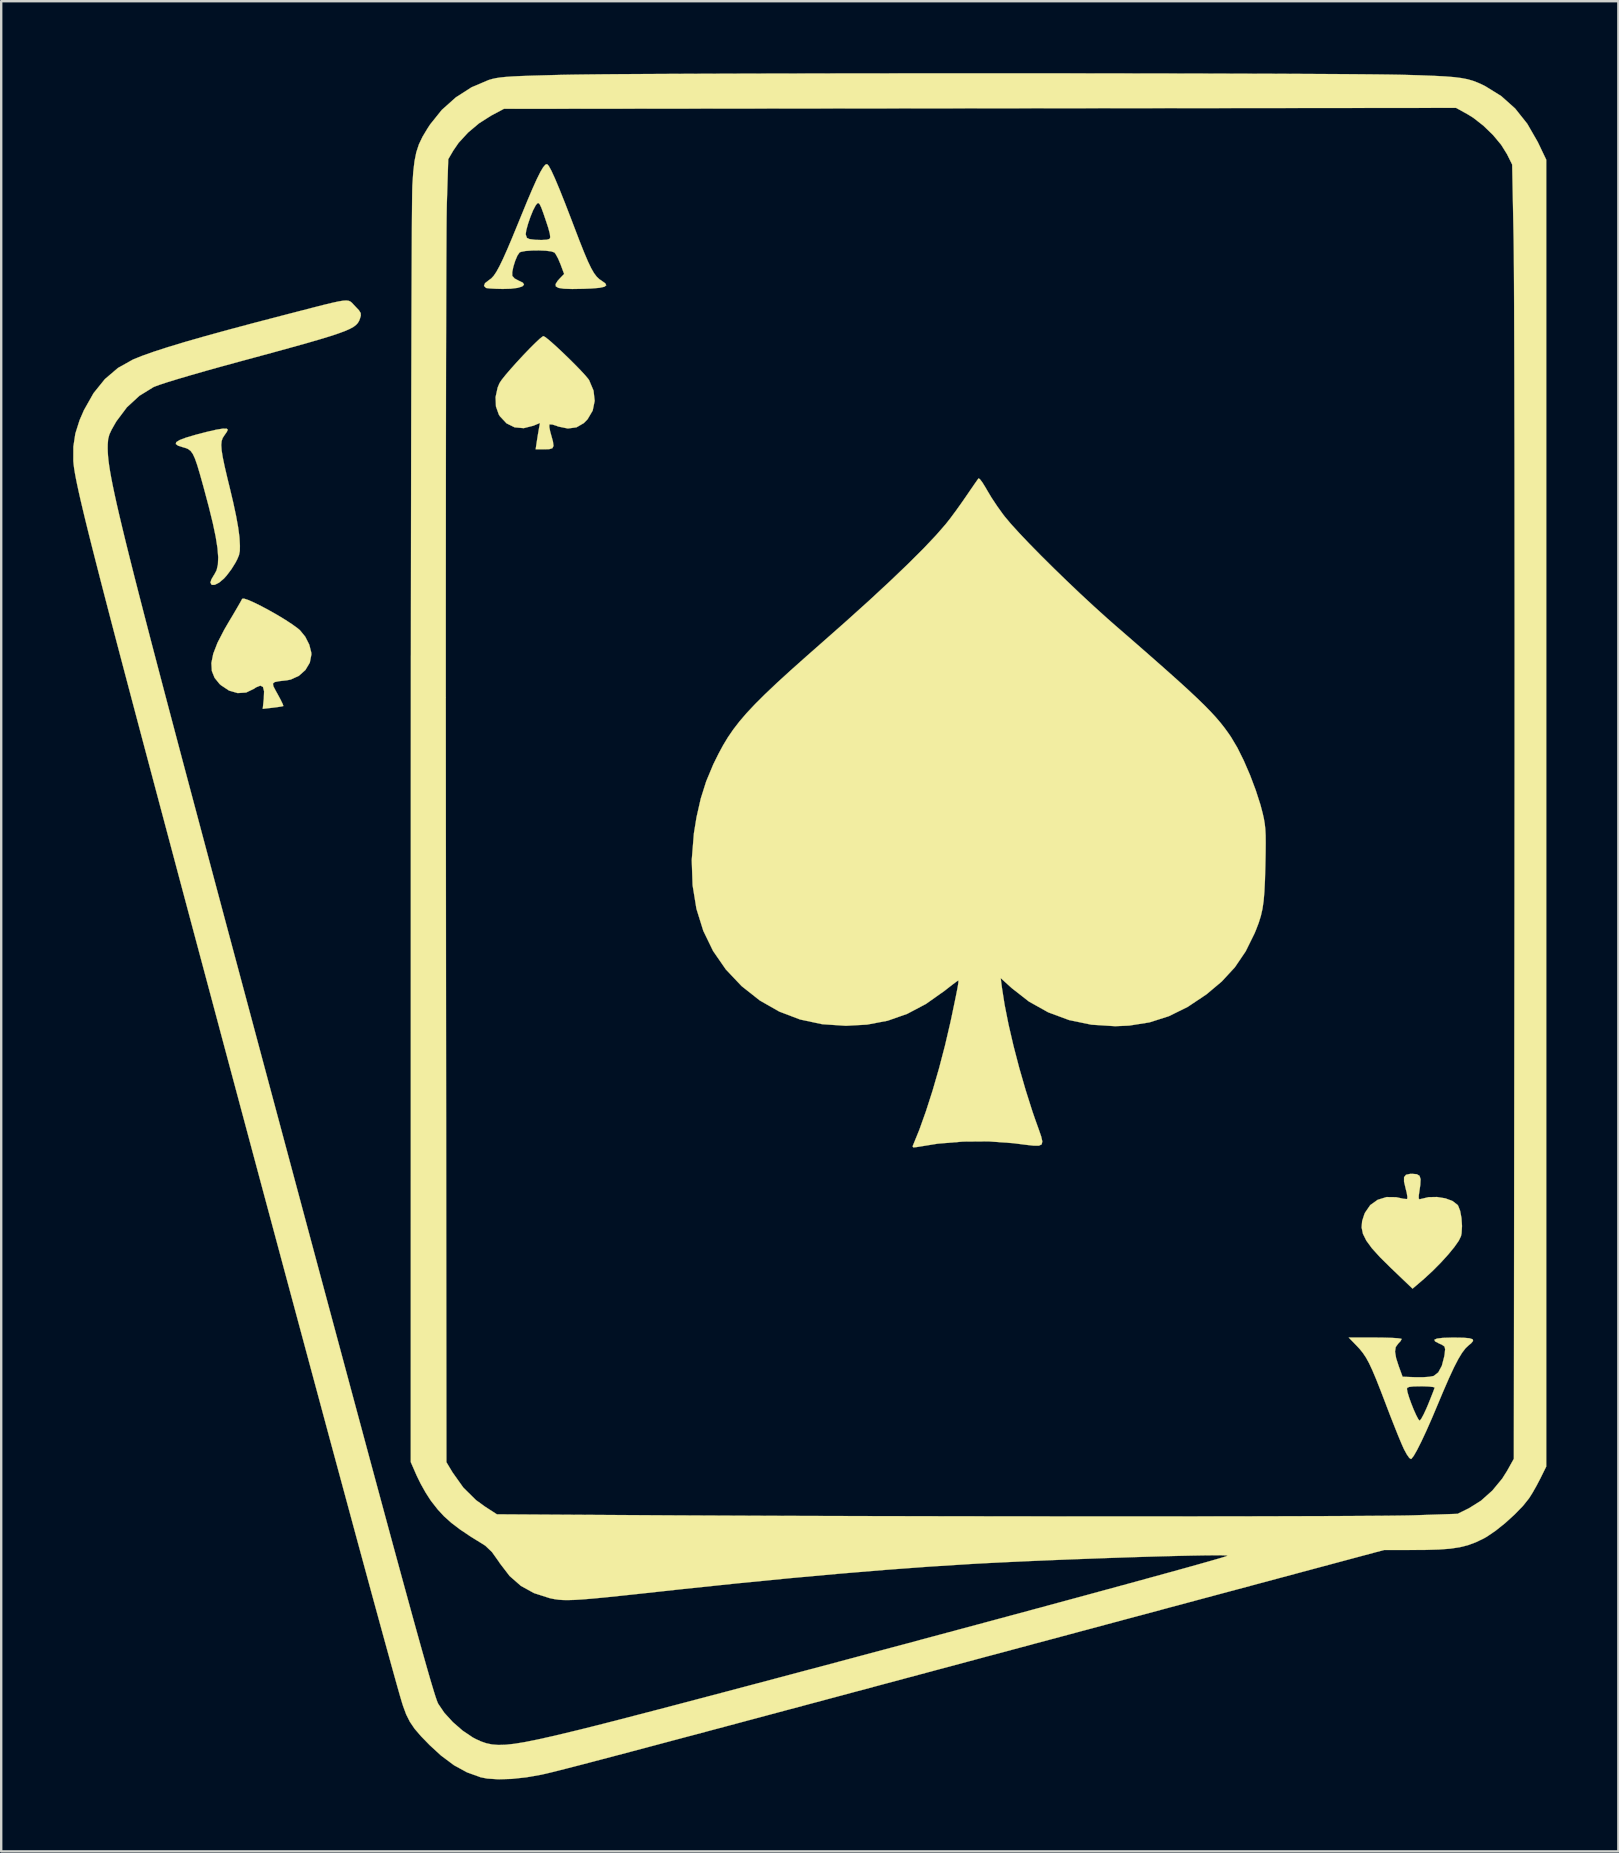
<source format=kicad_pcb>
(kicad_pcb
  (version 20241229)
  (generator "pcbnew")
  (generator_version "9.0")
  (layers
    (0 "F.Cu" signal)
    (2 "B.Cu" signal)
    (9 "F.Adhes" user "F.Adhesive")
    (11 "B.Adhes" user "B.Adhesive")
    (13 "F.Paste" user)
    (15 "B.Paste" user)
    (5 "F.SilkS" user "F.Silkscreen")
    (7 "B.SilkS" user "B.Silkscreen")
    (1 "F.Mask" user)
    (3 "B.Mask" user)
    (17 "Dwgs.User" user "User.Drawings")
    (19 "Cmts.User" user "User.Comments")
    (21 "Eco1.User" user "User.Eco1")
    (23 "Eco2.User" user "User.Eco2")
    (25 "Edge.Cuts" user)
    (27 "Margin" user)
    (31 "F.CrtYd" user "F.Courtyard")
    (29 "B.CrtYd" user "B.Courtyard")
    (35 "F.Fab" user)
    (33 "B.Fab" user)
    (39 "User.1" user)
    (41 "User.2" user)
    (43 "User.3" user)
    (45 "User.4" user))
  (footprint "BJ"
    (layer "F.Cu")
    (at 30.683 35.557)
    (property "Reference" "BJ" (at 0 0 0) (layer "F.SilkS") (effects (font (size 1.524 1.524) (thickness 0.3))))
    (attr through_hole)
    (fp_poly (pts (xy 25.304 10.321) (xy 25.417 10.387) (xy 25.462 10.527) (xy 25.45 10.768) (xy 25.421 10.966) (xy 25.387 11.204) (xy 25.384 11.328) (xy 25.415 11.367) (xy 25.466 11.355) (xy 25.792 11.278) (xy 26.148 11.271) (xy 26.495 11.327) (xy 26.793 11.438) (xy 27 11.597) (xy 27.028 11.637) (xy 27.111 11.851) (xy 27.166 12.151) (xy 27.187 12.481) (xy 27.17 12.783) (xy 27.146 12.901) (xy 27.054 13.092) (xy 26.87 13.355) (xy 26.614 13.667) (xy 26.305 14.007) (xy 25.962 14.353) (xy 25.605 14.682) (xy 25.526 14.75) (xy 25.127 15.091) (xy 24.217 14.221) (xy 23.772 13.781) (xy 23.436 13.41) (xy 23.201 13.09) (xy 23.06 12.806) (xy 23.004 12.539) (xy 23.026 12.274) (xy 23.117 11.992) (xy 23.148 11.921) (xy 23.364 11.608) (xy 23.672 11.388) (xy 24.042 11.274) (xy 24.442 11.279) (xy 24.561 11.304) (xy 24.754 11.346) (xy 24.883 11.356) (xy 24.903 11.351) (xy 24.912 11.27) (xy 24.884 11.094) (xy 24.841 10.925) (xy 24.772 10.63) (xy 24.773 10.444) (xy 24.855 10.344) (xy 25.028 10.307) (xy 25.11 10.305) (xy 25.304 10.321)) (stroke (width 0.01) (type solid)) (fill yes) (layer "F.SilkS"))
    (fp_poly (pts (xy -23.397 -13.609) (xy -23.148 -13.5) (xy -22.845 -13.35) (xy -22.511 -13.171) (xy -22.168 -12.977) (xy -21.841 -12.778) (xy -21.551 -12.588) (xy -21.321 -12.42) (xy -21.236 -12.348) (xy -21.014 -12.077) (xy -20.846 -11.745) (xy -20.762 -11.415) (xy -20.757 -11.336) (xy -20.823 -10.996) (xy -21.006 -10.689) (xy -21.28 -10.445) (xy -21.617 -10.291) (xy -21.787 -10.258) (xy -22.1 -10.223) (xy -22.286 -10.186) (xy -22.36 -10.123) (xy -22.34 -10.009) (xy -22.241 -9.819) (xy -22.165 -9.683) (xy -22.041 -9.453) (xy -21.956 -9.278) (xy -21.925 -9.19) (xy -21.926 -9.187) (xy -22.007 -9.167) (xy -22.188 -9.14) (xy -22.369 -9.117) (xy -22.785 -9.07) (xy -22.741 -9.49) (xy -22.729 -9.802) (xy -22.775 -9.982) (xy -22.883 -10.037) (xy -23.057 -9.969) (xy -23.152 -9.905) (xy -23.475 -9.75) (xy -23.829 -9.727) (xy -24.19 -9.831) (xy -24.533 -10.06) (xy -24.585 -10.107) (xy -24.792 -10.363) (xy -24.906 -10.649) (xy -24.925 -10.98) (xy -24.847 -11.367) (xy -24.67 -11.824) (xy -24.392 -12.363) (xy -24.205 -12.685) (xy -24.011 -13.009) (xy -23.845 -13.293) (xy -23.72 -13.51) (xy -23.651 -13.636) (xy -23.642 -13.655) (xy -23.569 -13.665) (xy -23.397 -13.609)) (stroke (width 0.01) (type solid)) (fill yes) (layer "F.SilkS"))
    (fp_poly (pts (xy -11 -24.553) (xy -10.834 -24.419) (xy -10.609 -24.22) (xy -10.347 -23.977) (xy -10.069 -23.71) (xy -9.796 -23.44) (xy -9.548 -23.186) (xy -9.347 -22.968) (xy -9.214 -22.808) (xy -9.183 -22.762) (xy -9.001 -22.33) (xy -8.953 -21.903) (xy -9.036 -21.498) (xy -9.249 -21.137) (xy -9.405 -20.977) (xy -9.711 -20.8) (xy -10.071 -20.752) (xy -10.467 -20.833) (xy -10.546 -20.864) (xy -10.72 -20.919) (xy -10.83 -20.922) (xy -10.842 -20.912) (xy -10.844 -20.814) (xy -10.808 -20.628) (xy -10.773 -20.502) (xy -10.692 -20.209) (xy -10.669 -20.027) (xy -10.716 -19.93) (xy -10.845 -19.891) (xy -11.04 -19.885) (xy -11.413 -19.885) (xy -11.367 -20.193) (xy -11.326 -20.456) (xy -11.283 -20.705) (xy -11.277 -20.742) (xy -11.231 -20.983) (xy -11.503 -20.869) (xy -11.91 -20.766) (xy -12.29 -20.8) (xy -12.626 -20.966) (xy -12.9 -21.258) (xy -12.948 -21.333) (xy -13.067 -21.669) (xy -13.083 -22.06) (xy -12.996 -22.46) (xy -12.919 -22.643) (xy -12.827 -22.781) (xy -12.662 -22.988) (xy -12.443 -23.243) (xy -12.191 -23.524) (xy -11.926 -23.81) (xy -11.666 -24.081) (xy -11.431 -24.315) (xy -11.242 -24.492) (xy -11.118 -24.589) (xy -11.088 -24.602) (xy -11 -24.553)) (stroke (width 0.01) (type solid)) (fill yes) (layer "F.SilkS"))
    (fp_poly (pts (xy -24.285 -20.745) (xy -24.24 -20.701) (xy -24.282 -20.611) (xy -24.381 -20.469) (xy -24.384 -20.465) (xy -24.454 -20.356) (xy -24.498 -20.229) (xy -24.513 -20.064) (xy -24.498 -19.843) (xy -24.451 -19.55) (xy -24.371 -19.164) (xy -24.255 -18.669) (xy -24.161 -18.286) (xy -24.014 -17.664) (xy -23.894 -17.102) (xy -23.808 -16.624) (xy -23.759 -16.253) (xy -23.752 -16.174) (xy -23.736 -15.862) (xy -23.74 -15.646) (xy -23.774 -15.476) (xy -23.845 -15.306) (xy -23.921 -15.16) (xy -24.09 -14.888) (xy -24.292 -14.621) (xy -24.402 -14.498) (xy -24.605 -14.328) (xy -24.783 -14.238) (xy -24.911 -14.235) (xy -24.964 -14.326) (xy -24.965 -14.336) (xy -24.924 -14.465) (xy -24.823 -14.638) (xy -24.801 -14.669) (xy -24.707 -14.848) (xy -24.653 -15.082) (xy -24.64 -15.384) (xy -24.67 -15.764) (xy -24.744 -16.234) (xy -24.864 -16.805) (xy -25.032 -17.489) (xy -25.248 -18.298) (xy -25.261 -18.346) (xy -25.401 -18.847) (xy -25.514 -19.225) (xy -25.61 -19.5) (xy -25.699 -19.691) (xy -25.79 -19.817) (xy -25.893 -19.895) (xy -26.017 -19.945) (xy -26.098 -19.967) (xy -26.31 -20.034) (xy -26.408 -20.105) (xy -26.389 -20.183) (xy -26.247 -20.272) (xy -25.976 -20.374) (xy -25.572 -20.493) (xy -25.134 -20.607) (xy -24.724 -20.702) (xy -24.444 -20.747) (xy -24.285 -20.745)) (stroke (width 0.01) (type solid)) (fill yes) (layer "F.SilkS"))
    (fp_poly (pts (xy 23.952 17.131) (xy 24.276 17.141) (xy 24.519 17.157) (xy 24.654 17.177) (xy 24.674 17.188) (xy 24.626 17.278) (xy 24.529 17.381) (xy 24.426 17.524) (xy 24.397 17.716) (xy 24.442 17.984) (xy 24.552 18.324) (xy 24.711 18.76) (xy 25.261 18.781) (xy 25.558 18.781) (xy 25.822 18.763) (xy 26 18.73) (xy 26.008 18.727) (xy 26.198 18.579) (xy 26.347 18.304) (xy 26.448 17.915) (xy 26.464 17.815) (xy 26.485 17.613) (xy 26.457 17.502) (xy 26.353 17.428) (xy 26.232 17.375) (xy 26.065 17.287) (xy 26.036 17.219) (xy 26.146 17.17) (xy 26.397 17.14) (xy 26.791 17.129) (xy 26.851 17.129) (xy 27.242 17.135) (xy 27.498 17.157) (xy 27.631 17.199) (xy 27.65 17.268) (xy 27.566 17.369) (xy 27.47 17.447) (xy 27.334 17.575) (xy 27.19 17.764) (xy 27.032 18.025) (xy 26.852 18.373) (xy 26.644 18.821) (xy 26.4 19.382) (xy 26.19 19.882) (xy 25.937 20.482) (xy 25.703 21.012) (xy 25.495 21.458) (xy 25.318 21.809) (xy 25.179 22.053) (xy 25.082 22.178) (xy 25.061 22.191) (xy 24.99 22.143) (xy 24.885 21.993) (xy 24.766 21.773) (xy 24.759 21.757) (xy 24.664 21.544) (xy 24.531 21.225) (xy 24.373 20.83) (xy 24.2 20.391) (xy 24.026 19.937) (xy 24.023 19.927) (xy 23.797 19.337) (xy 23.768 19.264) (xy 24.892 19.264) (xy 24.917 19.407) (xy 24.982 19.623) (xy 25.074 19.878) (xy 25.177 20.137) (xy 25.28 20.365) (xy 25.366 20.528) (xy 25.423 20.591) (xy 25.426 20.59) (xy 25.488 20.515) (xy 25.586 20.336) (xy 25.704 20.083) (xy 25.775 19.915) (xy 25.889 19.632) (xy 25.981 19.399) (xy 26.036 19.249) (xy 26.047 19.213) (xy 25.983 19.188) (xy 25.808 19.169) (xy 25.556 19.159) (xy 25.473 19.159) (xy 25.172 19.164) (xy 24.992 19.184) (xy 24.908 19.222) (xy 24.892 19.264) (xy 23.768 19.264) (xy 23.61 18.864) (xy 23.452 18.49) (xy 23.315 18.196) (xy 23.187 17.963) (xy 23.06 17.773) (xy 22.925 17.605) (xy 22.801 17.472) (xy 22.466 17.127) (xy 23.57 17.127) (xy 23.952 17.131)) (stroke (width 0.01) (type solid)) (fill yes) (layer "F.SilkS"))
    (fp_poly (pts (xy -10.935 -31.767) (xy -10.865 -31.69) (xy -10.756 -31.491) (xy -10.607 -31.166) (xy -10.417 -30.714) (xy -10.184 -30.13) (xy -9.907 -29.412) (xy -9.813 -29.165) (xy -9.584 -28.566) (xy -9.394 -28.089) (xy -9.236 -27.717) (xy -9.101 -27.435) (xy -8.982 -27.228) (xy -8.87 -27.079) (xy -8.758 -26.973) (xy -8.664 -26.91) (xy -8.512 -26.802) (xy -8.471 -26.719) (xy -8.548 -26.658) (xy -8.75 -26.614) (xy -9.085 -26.586) (xy -9.407 -26.573) (xy -9.889 -26.565) (xy -10.236 -26.576) (xy -10.46 -26.61) (xy -10.572 -26.673) (xy -10.582 -26.768) (xy -10.5 -26.9) (xy -10.411 -27) (xy -10.226 -27.192) (xy -10.377 -27.596) (xy -10.476 -27.83) (xy -10.575 -28.012) (xy -10.632 -28.086) (xy -10.761 -28.131) (xy -10.991 -28.16) (xy -11.276 -28.172) (xy -11.573 -28.168) (xy -11.839 -28.148) (xy -12.028 -28.111) (xy -12.084 -28.085) (xy -12.174 -27.955) (xy -12.265 -27.74) (xy -12.342 -27.494) (xy -12.388 -27.268) (xy -12.387 -27.116) (xy -12.385 -27.11) (xy -12.288 -27.002) (xy -12.12 -26.913) (xy -11.942 -26.826) (xy -11.897 -26.743) (xy -11.974 -26.67) (xy -12.162 -26.612) (xy -12.45 -26.576) (xy -12.786 -26.567) (xy -13.076 -26.574) (xy -13.315 -26.587) (xy -13.461 -26.604) (xy -13.48 -26.609) (xy -13.566 -26.693) (xy -13.523 -26.808) (xy -13.358 -26.936) (xy -13.357 -26.937) (xy -13.259 -27.008) (xy -13.158 -27.118) (xy -13.049 -27.281) (xy -12.923 -27.51) (xy -12.774 -27.817) (xy -12.596 -28.216) (xy -12.382 -28.721) (xy -12.333 -28.841) (xy -11.829 -28.841) (xy -11.776 -28.694) (xy -11.666 -28.644) (xy -11.424 -28.614) (xy -11.167 -28.606) (xy -10.951 -28.619) (xy -10.835 -28.651) (xy -10.805 -28.718) (xy -10.822 -28.868) (xy -10.889 -29.118) (xy -10.965 -29.35) (xy -11.089 -29.716) (xy -11.179 -29.961) (xy -11.246 -30.1) (xy -11.3 -30.149) (xy -11.352 -30.126) (xy -11.413 -30.045) (xy -11.42 -30.034) (xy -11.522 -29.839) (xy -11.631 -29.57) (xy -11.731 -29.279) (xy -11.803 -29.017) (xy -11.829 -28.841) (xy -12.333 -28.841) (xy -12.126 -29.344) (xy -12.035 -29.567) (xy -11.769 -30.216) (xy -11.547 -30.738) (xy -11.365 -31.142) (xy -11.218 -31.437) (xy -11.102 -31.634) (xy -11.012 -31.742) (xy -10.942 -31.769) (xy -10.935 -31.767)) (stroke (width 0.01) (type solid)) (fill yes) (layer "F.SilkS"))
    (fp_poly (pts (xy 7.097 -18.643) (xy 7.2 -18.508) (xy 7.332 -18.295) (xy 7.391 -18.192) (xy 7.578 -17.878) (xy 7.817 -17.517) (xy 8.064 -17.174) (xy 8.136 -17.08) (xy 8.39 -16.778) (xy 8.737 -16.396) (xy 9.16 -15.951) (xy 9.643 -15.459) (xy 10.17 -14.936) (xy 10.725 -14.398) (xy 11.29 -13.86) (xy 11.851 -13.34) (xy 12.389 -12.854) (xy 12.733 -12.551) (xy 13.526 -11.863) (xy 14.216 -11.259) (xy 14.813 -10.733) (xy 15.327 -10.274) (xy 15.765 -9.876) (xy 16.136 -9.528) (xy 16.45 -9.224) (xy 16.715 -8.953) (xy 16.94 -8.708) (xy 17.134 -8.48) (xy 17.306 -8.26) (xy 17.464 -8.041) (xy 17.561 -7.899) (xy 17.824 -7.457) (xy 18.095 -6.912) (xy 18.357 -6.306) (xy 18.594 -5.677) (xy 18.79 -5.068) (xy 18.88 -4.724) (xy 18.931 -4.499) (xy 18.967 -4.289) (xy 18.991 -4.067) (xy 19.005 -3.805) (xy 19.008 -3.478) (xy 19.004 -3.059) (xy 18.994 -2.54) (xy 18.977 -1.94) (xy 18.954 -1.457) (xy 18.921 -1.065) (xy 18.873 -0.735) (xy 18.806 -0.44) (xy 18.716 -0.152) (xy 18.598 0.155) (xy 18.545 0.282) (xy 18.173 1.036) (xy 17.725 1.697) (xy 17.176 2.292) (xy 16.539 2.827) (xy 15.757 3.35) (xy 14.973 3.737) (xy 14.167 3.994) (xy 13.318 4.129) (xy 12.736 4.154) (xy 11.746 4.091) (xy 10.814 3.898) (xy 9.943 3.575) (xy 9.139 3.125) (xy 8.428 2.569) (xy 7.965 2.149) (xy 8.016 2.544) (xy 8.129 3.265) (xy 8.292 4.085) (xy 8.498 4.973) (xy 8.738 5.894) (xy 9.005 6.817) (xy 9.288 7.709) (xy 9.398 8.028) (xy 9.548 8.446) (xy 9.653 8.75) (xy 9.7 8.956) (xy 9.673 9.078) (xy 9.56 9.132) (xy 9.346 9.133) (xy 9.017 9.096) (xy 8.559 9.038) (xy 8.48 9.028) (xy 7.464 8.954) (xy 6.397 8.962) (xy 5.341 9.049) (xy 4.47 9.19) (xy 4.326 9.205) (xy 4.294 9.162) (xy 4.304 9.134) (xy 4.575 8.469) (xy 4.853 7.69) (xy 5.131 6.824) (xy 5.398 5.902) (xy 5.646 4.952) (xy 5.867 4.004) (xy 5.909 3.811) (xy 6.017 3.294) (xy 6.098 2.903) (xy 6.154 2.62) (xy 6.188 2.43) (xy 6.204 2.316) (xy 6.204 2.262) (xy 6.194 2.25) (xy 6.129 2.292) (xy 5.977 2.405) (xy 5.765 2.569) (xy 5.63 2.676) (xy 4.852 3.226) (xy 4.068 3.64) (xy 3.256 3.925) (xy 2.396 4.088) (xy 1.516 4.137) (xy 0.53 4.071) (xy -0.396 3.874) (xy -1.263 3.544) (xy -2.073 3.082) (xy -2.829 2.485) (xy -2.836 2.478) (xy -3.489 1.788) (xy -4.02 1.02) (xy -4.428 0.178) (xy -4.713 -0.736) (xy -4.873 -1.719) (xy -4.909 -2.768) (xy -4.819 -3.881) (xy -4.71 -4.553) (xy -4.532 -5.336) (xy -4.307 -6.048) (xy -4.013 -6.753) (xy -3.789 -7.206) (xy -3.6 -7.556) (xy -3.399 -7.889) (xy -3.175 -8.215) (xy -2.919 -8.547) (xy -2.62 -8.895) (xy -2.267 -9.271) (xy -1.851 -9.685) (xy -1.361 -10.15) (xy -0.786 -10.675) (xy -0.116 -11.272) (xy 0.435 -11.757) (xy 1.526 -12.721) (xy 2.502 -13.601) (xy 3.362 -14.399) (xy 4.11 -15.115) (xy 4.747 -15.75) (xy 5.274 -16.308) (xy 5.672 -16.764) (xy 5.852 -16.992) (xy 6.079 -17.297) (xy 6.321 -17.635) (xy 6.497 -17.889) (xy 6.693 -18.175) (xy 6.861 -18.419) (xy 6.983 -18.594) (xy 7.042 -18.674) (xy 7.042 -18.674) (xy 7.097 -18.643)) (stroke (width 0.01) (type solid)) (fill yes) (layer "F.SilkS"))
    (fp_poly (pts (xy 8.512 -35.552) (xy 9.969 -35.551) (xy 11.409 -35.55) (xy 12.823 -35.548) (xy 14.203 -35.546) (xy 15.54 -35.544) (xy 16.825 -35.541) (xy 18.048 -35.537) (xy 19.202 -35.534) (xy 20.278 -35.529) (xy 21.266 -35.524) (xy 22.157 -35.519) (xy 22.944 -35.513) (xy 23.616 -35.507) (xy 24.166 -35.5) (xy 24.584 -35.493) (xy 24.747 -35.489) (xy 25.446 -35.469) (xy 26.018 -35.447) (xy 26.483 -35.423) (xy 26.859 -35.393) (xy 27.164 -35.354) (xy 27.418 -35.305) (xy 27.639 -35.242) (xy 27.846 -35.163) (xy 28.058 -35.065) (xy 28.159 -35.015) (xy 28.821 -34.605) (xy 29.402 -34.086) (xy 29.907 -33.451) (xy 30.344 -32.691) (xy 30.382 -32.612) (xy 30.698 -31.951) (xy 30.698 22.501) (xy 30.449 23.005) (xy 30.292 23.304) (xy 30.124 23.6) (xy 29.982 23.825) (xy 29.726 24.145) (xy 29.382 24.499) (xy 28.99 24.855) (xy 28.589 25.177) (xy 28.218 25.429) (xy 28.094 25.499) (xy 27.766 25.657) (xy 27.441 25.778) (xy 27.094 25.865) (xy 26.698 25.925) (xy 26.225 25.96) (xy 25.649 25.977) (xy 25.266 25.979) (xy 23.935 25.981) (xy 14.889 28.407) (xy 12.621 29.015) (xy 10.489 29.587) (xy 8.489 30.123) (xy 6.616 30.625) (xy 4.866 31.094) (xy 3.235 31.531) (xy 1.719 31.937) (xy 0.313 32.314) (xy -0.987 32.661) (xy -2.185 32.982) (xy -3.285 33.276) (xy -4.293 33.545) (xy -5.211 33.789) (xy -6.044 34.011) (xy -6.797 34.212) (xy -7.474 34.391) (xy -8.079 34.551) (xy -8.617 34.693) (xy -9.09 34.817) (xy -9.505 34.926) (xy -9.865 35.019) (xy -10.174 35.098) (xy -10.437 35.165) (xy -10.658 35.221) (xy -10.84 35.265) (xy -10.99 35.301) (xy -11.11 35.328) (xy -11.176 35.343) (xy -11.803 35.453) (xy -12.409 35.518) (xy -12.963 35.535) (xy -13.434 35.504) (xy -13.707 35.45) (xy -14.274 35.245) (xy -14.814 34.95) (xy -15.352 34.549) (xy -15.83 34.11) (xy -16.188 33.742) (xy -16.456 33.43) (xy -16.655 33.137) (xy -16.809 32.83) (xy -16.94 32.474) (xy -16.981 32.344) (xy -17.059 32.081) (xy -17.173 31.681) (xy -17.321 31.151) (xy -17.503 30.494) (xy -17.718 29.715) (xy -17.964 28.818) (xy -18.24 27.81) (xy -18.544 26.692) (xy -18.876 25.472) (xy -19.233 24.152) (xy -19.616 22.738) (xy -20.023 21.234) (xy -20.451 19.645) (xy -20.901 17.976) (xy -21.371 16.23) (xy -21.86 14.413) (xy -22.366 12.529) (xy -22.889 10.583) (xy -23.426 8.579) (xy -23.977 6.523) (xy -24.541 4.417) (xy -24.664 3.955) (xy -25.233 1.828) (xy -25.766 -0.164) (xy -26.263 -2.025) (xy -26.725 -3.76) (xy -27.155 -5.373) (xy -27.553 -6.869) (xy -27.921 -8.253) (xy -28.259 -9.529) (xy -28.569 -10.702) (xy -28.852 -11.776) (xy -29.109 -12.757) (xy -29.341 -13.649) (xy -29.55 -14.456) (xy -29.736 -15.183) (xy -29.902 -15.835) (xy -30.048 -16.416) (xy -30.175 -16.931) (xy -30.284 -17.385) (xy -30.378 -17.783) (xy -30.456 -18.128) (xy -30.52 -18.425) (xy -30.572 -18.68) (xy -30.612 -18.897) (xy -30.642 -19.08) (xy -30.662 -19.234) (xy -30.675 -19.364) (xy -30.678 -19.413) (xy -30.676 -19.998) (xy -30.593 -20.542) (xy -30.418 -21.096) (xy -30.235 -21.517) (xy -29.834 -22.226) (xy -29.363 -22.81) (xy -28.818 -23.275) (xy -28.191 -23.626) (xy -28.187 -23.628) (xy -27.816 -23.778) (xy -27.335 -23.949) (xy -26.74 -24.142) (xy -26.026 -24.358) (xy -25.188 -24.598) (xy -24.221 -24.864) (xy -23.122 -25.158) (xy -21.953 -25.463) (xy -21.265 -25.641) (xy -20.704 -25.786) (xy -20.256 -25.901) (xy -19.905 -25.986) (xy -19.639 -26.044) (xy -19.442 -26.077) (xy -19.301 -26.086) (xy -19.201 -26.073) (xy -19.129 -26.04) (xy -19.068 -25.99) (xy -19.007 -25.923) (xy -18.939 -25.851) (xy -18.777 -25.68) (xy -18.703 -25.562) (xy -18.698 -25.451) (xy -18.734 -25.33) (xy -18.771 -25.235) (xy -18.823 -25.149) (xy -18.897 -25.067) (xy -19.004 -24.986) (xy -19.155 -24.903) (xy -19.36 -24.813) (xy -19.628 -24.714) (xy -19.969 -24.601) (xy -20.394 -24.471) (xy -20.913 -24.32) (xy -21.536 -24.146) (xy -22.272 -23.943) (xy -23.133 -23.709) (xy -23.731 -23.547) (xy -24.47 -23.345) (xy -25.157 -23.154) (xy -25.776 -22.976) (xy -26.315 -22.817) (xy -26.758 -22.681) (xy -27.092 -22.571) (xy -27.304 -22.492) (xy -27.338 -22.477) (xy -27.925 -22.115) (xy -28.445 -21.636) (xy -28.877 -21.06) (xy -28.923 -20.984) (xy -29.082 -20.704) (xy -29.178 -20.496) (xy -29.227 -20.309) (xy -29.244 -20.092) (xy -29.246 -19.922) (xy -29.242 -19.776) (xy -29.232 -19.613) (xy -29.214 -19.428) (xy -29.186 -19.216) (xy -29.148 -18.973) (xy -29.098 -18.694) (xy -29.035 -18.373) (xy -28.958 -18.006) (xy -28.866 -17.589) (xy -28.757 -17.117) (xy -28.63 -16.584) (xy -28.485 -15.987) (xy -28.319 -15.319) (xy -28.132 -14.577) (xy -27.922 -13.756) (xy -27.688 -12.851) (xy -27.43 -11.857) (xy -27.145 -10.77) (xy -26.833 -9.584) (xy -26.492 -8.295) (xy -26.122 -6.898) (xy -25.72 -5.389) (xy -25.286 -3.762) (xy -24.819 -2.012) (xy -24.318 -0.136) (xy -23.78 1.872) (xy -23.358 3.447) (xy -22.705 5.886) (xy -22.088 8.188) (xy -21.506 10.358) (xy -20.959 12.398) (xy -20.445 14.314) (xy -19.963 16.107) (xy -19.512 17.783) (xy -19.092 19.345) (xy -18.701 20.796) (xy -18.339 22.141) (xy -18.003 23.383) (xy -17.694 24.526) (xy -17.41 25.574) (xy -17.15 26.529) (xy -16.913 27.397) (xy -16.698 28.181) (xy -16.505 28.884) (xy -16.331 29.511) (xy -16.177 30.064) (xy -16.04 30.549) (xy -15.921 30.968) (xy -15.818 31.325) (xy -15.729 31.624) (xy -15.655 31.869) (xy -15.594 32.063) (xy -15.544 32.211) (xy -15.506 32.315) (xy -15.477 32.38) (xy -15.475 32.385) (xy -15.218 32.764) (xy -14.864 33.151) (xy -14.455 33.507) (xy -14.031 33.792) (xy -13.911 33.856) (xy -13.688 33.958) (xy -13.467 34.034) (xy -13.232 34.083) (xy -12.968 34.104) (xy -12.661 34.095) (xy -12.295 34.055) (xy -11.856 33.983) (xy -11.33 33.877) (xy -10.7 33.736) (xy -9.952 33.558) (xy -9.543 33.459) (xy -9.11 33.351) (xy -8.568 33.214) (xy -7.925 33.049) (xy -7.19 32.858) (xy -6.371 32.645) (xy -5.477 32.411) (xy -4.515 32.157) (xy -3.494 31.888) (xy -2.422 31.604) (xy -1.307 31.308) (xy -0.157 31.002) (xy 1.019 30.689) (xy 2.213 30.37) (xy 3.417 30.048) (xy 4.622 29.725) (xy 5.821 29.403) (xy 7.005 29.085) (xy 8.166 28.772) (xy 9.296 28.467) (xy 10.386 28.172) (xy 11.428 27.89) (xy 12.414 27.621) (xy 13.336 27.37) (xy 14.185 27.137) (xy 14.954 26.926) (xy 15.634 26.738) (xy 16.216 26.575) (xy 16.693 26.44) (xy 17.056 26.335) (xy 17.298 26.262) (xy 17.409 26.224) (xy 17.416 26.22) (xy 17.36 26.207) (xy 17.171 26.201) (xy 16.863 26.2) (xy 16.447 26.204) (xy 15.937 26.213) (xy 15.344 26.226) (xy 14.682 26.243) (xy 13.962 26.264) (xy 13.198 26.288) (xy 12.403 26.315) (xy 11.587 26.345) (xy 10.765 26.376) (xy 9.949 26.409) (xy 9.151 26.443) (xy 8.383 26.478) (xy 7.66 26.513) (xy 6.992 26.548) (xy 6.713 26.564) (xy 4.99 26.673) (xy 3.159 26.808) (xy 1.212 26.97) (xy -0.857 27.158) (xy -3.053 27.374) (xy -5.383 27.618) (xy -6.386 27.728) (xy -7.232 27.82) (xy -7.947 27.896) (xy -8.546 27.958) (xy -9.042 28.005) (xy -9.448 28.038) (xy -9.778 28.059) (xy -10.047 28.067) (xy -10.268 28.065) (xy -10.453 28.052) (xy -10.619 28.029) (xy -10.776 27.998) (xy -10.832 27.985) (xy -11.481 27.777) (xy -12.029 27.475) (xy -12.498 27.064) (xy -12.908 26.529) (xy -12.948 26.466) (xy -13.232 26.067) (xy -13.504 25.807) (xy -13.572 25.761) (xy -14.123 25.42) (xy -14.567 25.122) (xy -14.927 24.848) (xy -15.227 24.579) (xy -15.491 24.294) (xy -15.743 23.973) (xy -15.803 23.89) (xy -16 23.584) (xy -16.204 23.22) (xy -16.372 22.877) (xy -16.373 22.874) (xy -16.617 22.316) (xy -16.615 -3.701) (xy -16.615 -5.648) (xy -16.614 -7.564) (xy -16.613 -9.443) (xy -16.612 -11.279) (xy -16.611 -11.345) (xy -15.157 -11.345) (xy -15.157 -9.539) (xy -15.156 -7.691) (xy -15.155 -5.808) (xy -15.154 -3.894) (xy -15.153 -2.936) (xy -15.131 22.321) (xy -14.877 22.745) (xy -14.425 23.381) (xy -13.898 23.901) (xy -13.514 24.179) (xy -13.027 24.493) (xy -6.894 24.53) (xy -5.668 24.537) (xy -4.377 24.543) (xy -3.03 24.549) (xy -1.635 24.555) (xy -0.2 24.56) (xy 1.267 24.564) (xy 2.757 24.568) (xy 4.264 24.571) (xy 5.779 24.574) (xy 7.293 24.576) (xy 8.799 24.578) (xy 10.289 24.579) (xy 11.754 24.58) (xy 13.187 24.58) (xy 14.58 24.58) (xy 15.924 24.579) (xy 17.211 24.578) (xy 18.434 24.576) (xy 19.584 24.573) (xy 20.653 24.57) (xy 21.634 24.567) (xy 22.518 24.563) (xy 23.297 24.558) (xy 23.963 24.553) (xy 24.508 24.547) (xy 24.924 24.541) (xy 25.203 24.534) (xy 25.204 24.534) (xy 27.003 24.473) (xy 27.477 24.24) (xy 27.978 23.926) (xy 28.453 23.502) (xy 28.864 23.004) (xy 29.067 22.682) (xy 29.348 22.178) (xy 29.374 -1.666) (xy 29.375 -3.553) (xy 29.377 -5.421) (xy 29.378 -7.263) (xy 29.378 -9.072) (xy 29.379 -10.842) (xy 29.379 -12.566) (xy 29.378 -14.239) (xy 29.377 -15.854) (xy 29.376 -17.405) (xy 29.375 -18.885) (xy 29.373 -20.288) (xy 29.37 -21.607) (xy 29.368 -22.837) (xy 29.365 -23.971) (xy 29.362 -25.002) (xy 29.359 -25.925) (xy 29.355 -26.733) (xy 29.351 -27.419) (xy 29.347 -27.978) (xy 29.342 -28.402) (xy 29.339 -28.629) (xy 29.278 -31.75) (xy 29.062 -32.185) (xy 28.818 -32.576) (xy 28.477 -32.984) (xy 28.077 -33.371) (xy 27.656 -33.7) (xy 27.422 -33.845) (xy 26.94 -34.112) (xy 7.102 -34.092) (xy -12.736 -34.072) (xy -13.278 -33.783) (xy -13.771 -33.469) (xy -14.233 -33.08) (xy -14.624 -32.654) (xy -14.845 -32.333) (xy -15.055 -31.972) (xy -15.115 -30.083) (xy -15.119 -29.866) (xy -15.124 -29.51) (xy -15.128 -29.021) (xy -15.131 -28.403) (xy -15.135 -27.663) (xy -15.138 -26.807) (xy -15.141 -25.84) (xy -15.144 -24.768) (xy -15.147 -23.597) (xy -15.149 -22.333) (xy -15.151 -20.98) (xy -15.153 -19.546) (xy -15.154 -18.035) (xy -15.155 -16.454) (xy -15.156 -14.808) (xy -15.157 -13.103) (xy -15.157 -11.345) (xy -16.611 -11.345) (xy -16.61 -13.068) (xy -16.608 -14.803) (xy -16.606 -16.48) (xy -16.603 -18.092) (xy -16.601 -19.635) (xy -16.598 -21.103) (xy -16.595 -22.491) (xy -16.591 -23.792) (xy -16.588 -25.003) (xy -16.584 -26.116) (xy -16.58 -27.128) (xy -16.576 -28.031) (xy -16.572 -28.822) (xy -16.568 -29.494) (xy -16.563 -30.042) (xy -16.559 -30.461) (xy -16.554 -30.744) (xy -16.55 -30.879) (xy -16.513 -31.44) (xy -16.461 -31.89) (xy -16.386 -32.262) (xy -16.278 -32.591) (xy -16.126 -32.91) (xy -15.92 -33.253) (xy -15.808 -33.424) (xy -15.324 -34.027) (xy -14.74 -34.549) (xy -14.084 -34.97) (xy -13.384 -35.268) (xy -13.354 -35.278) (xy -13.216 -35.318) (xy -13.066 -35.351) (xy -12.889 -35.378) (xy -12.668 -35.401) (xy -12.387 -35.421) (xy -12.028 -35.438) (xy -11.576 -35.454) (xy -11.013 -35.47) (xy -10.324 -35.488) (xy -10.233 -35.49) (xy -9.846 -35.497) (xy -9.325 -35.504) (xy -8.679 -35.511) (xy -7.918 -35.517) (xy -7.049 -35.522) (xy -6.082 -35.527) (xy -5.026 -35.532) (xy -3.889 -35.536) (xy -2.68 -35.54) (xy -1.408 -35.543) (xy -0.082 -35.545) (xy 1.289 -35.548) (xy 2.696 -35.549) (xy 4.131 -35.551) (xy 5.585 -35.551) (xy 7.048 -35.552) (xy 8.512 -35.552)) (stroke (width 0.01) (type solid)) (fill yes) (layer "F.SilkS")))
  (gr_rect
    (start -3 -3)
    (end 64.386 74.097)
    (stroke (width 0.1) (type default))
    (fill no)
    (layer "Edge.Cuts")))
</source>
